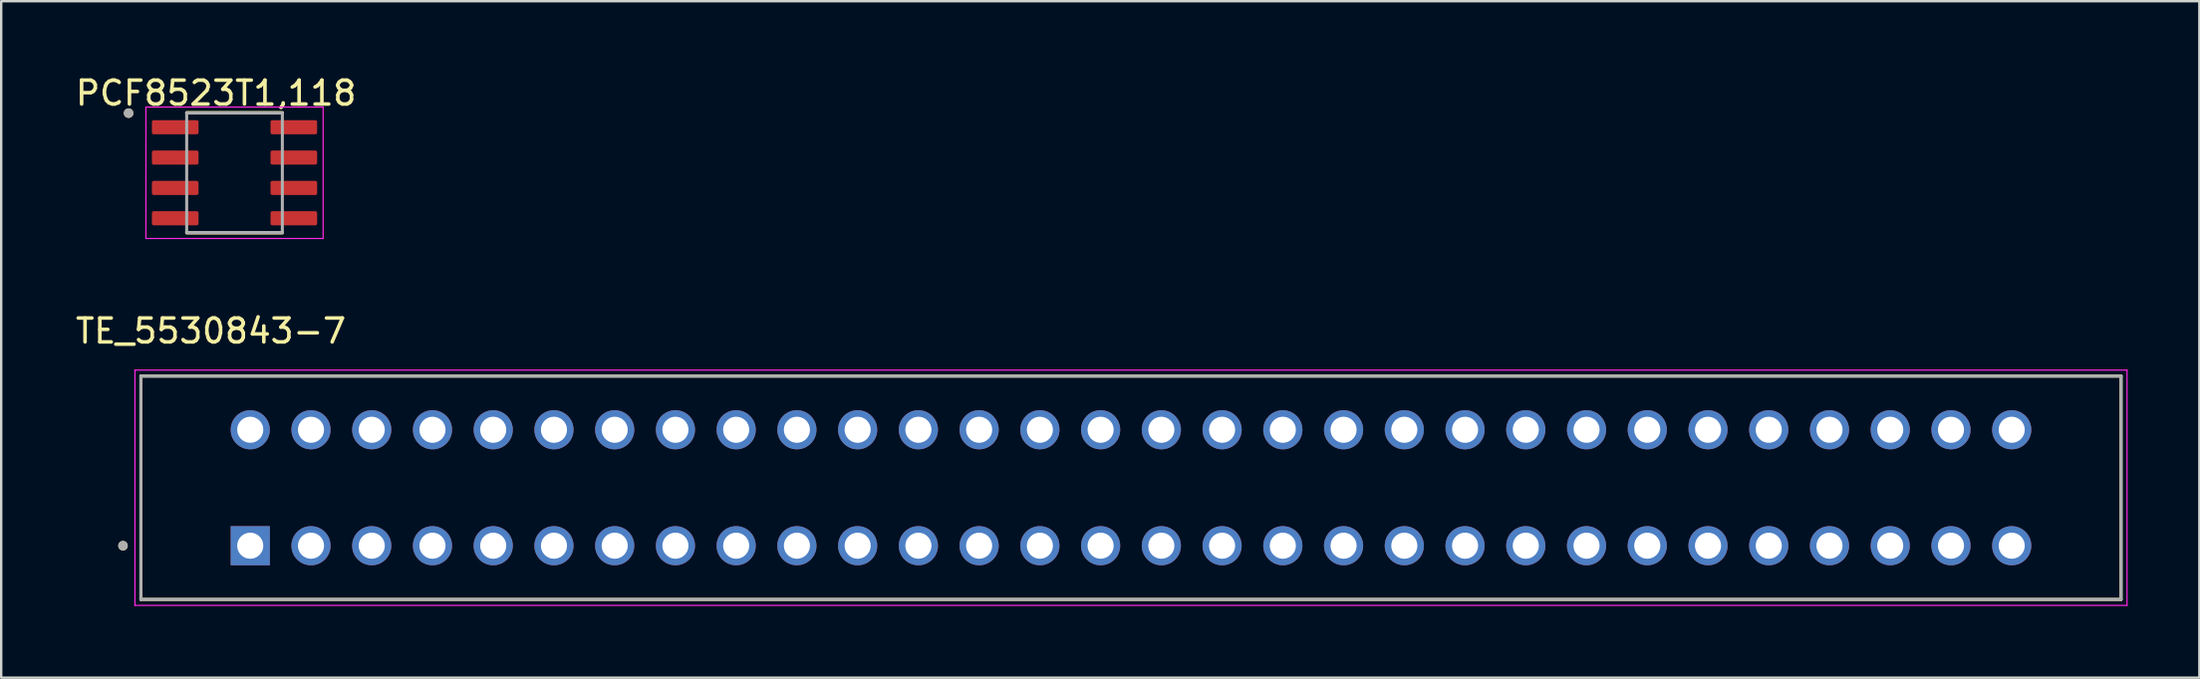
<source format=kicad_pcb>
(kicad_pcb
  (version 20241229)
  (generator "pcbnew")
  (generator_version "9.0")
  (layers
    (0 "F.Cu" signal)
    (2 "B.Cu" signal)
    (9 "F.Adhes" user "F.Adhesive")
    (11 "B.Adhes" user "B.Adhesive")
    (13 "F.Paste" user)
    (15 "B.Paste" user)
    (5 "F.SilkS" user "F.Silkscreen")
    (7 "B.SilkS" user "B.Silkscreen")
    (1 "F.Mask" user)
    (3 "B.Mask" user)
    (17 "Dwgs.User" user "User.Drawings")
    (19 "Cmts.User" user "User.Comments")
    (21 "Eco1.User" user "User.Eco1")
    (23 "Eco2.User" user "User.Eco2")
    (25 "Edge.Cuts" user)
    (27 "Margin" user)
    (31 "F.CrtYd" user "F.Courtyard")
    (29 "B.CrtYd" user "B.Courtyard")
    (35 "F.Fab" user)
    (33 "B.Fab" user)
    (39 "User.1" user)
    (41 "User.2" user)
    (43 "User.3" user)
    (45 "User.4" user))
  (footprint "PCF8523T1,118"
    (layer "F.Cu")
    (at 6.757 4.18)
    (property "Reference" "PCF8523T1,118" (at -0.775 -3.332 0) (layer "F.SilkS") (effects (font (size 1 1) (thickness 0.15))))
    (attr smd)
    (fp_line (start -2 -2.52) (end 2 -2.52) (stroke (width 0.127) (type solid)) (layer "F.SilkS"))
    (fp_line (start -2 2.52) (end 2 2.52) (stroke (width 0.127) (type solid)) (layer "F.SilkS"))
    (fp_circle (center -4.43 -2.495) (end -4.33 -2.495) (stroke (width 0.2) (type solid)) (fill no) (layer "F.SilkS"))
    (fp_line (start -3.705 -2.75) (end -3.705 2.75) (stroke (width 0.05) (type solid)) (layer "F.CrtYd"))
    (fp_line (start -3.705 -2.75) (end 3.705 -2.75) (stroke (width 0.05) (type solid)) (layer "F.CrtYd"))
    (fp_line (start -3.705 2.75) (end 3.705 2.75) (stroke (width 0.05) (type solid)) (layer "F.CrtYd"))
    (fp_line (start 3.705 -2.75) (end 3.705 2.75) (stroke (width 0.05) (type solid)) (layer "F.CrtYd"))
    (fp_line (start -2 -2.5) (end -2 2.5) (stroke (width 0.127) (type solid)) (layer "F.Fab"))
    (fp_line (start -2 -2.5) (end 2 -2.5) (stroke (width 0.127) (type solid)) (layer "F.Fab"))
    (fp_line (start -2 2.5) (end 2 2.5) (stroke (width 0.127) (type solid)) (layer "F.Fab"))
    (fp_line (start 2 -2.5) (end 2 2.5) (stroke (width 0.127) (type solid)) (layer "F.Fab"))
    (fp_circle (center -4.43 -2.495) (end -4.33 -2.495) (stroke (width 0.2) (type solid)) (fill no) (layer "F.Fab"))
    (pad "1" smd roundrect (at -2.48 -1.905) (size 1.95 0.59) (layers "F.Cu" "F.Mask" "F.Paste") (roundrect_rratio 0.125))
    (pad "2" smd roundrect (at -2.48 -0.635) (size 1.95 0.59) (layers "F.Cu" "F.Mask" "F.Paste") (roundrect_rratio 0.125))
    (pad "3" smd roundrect (at -2.48 0.635) (size 1.95 0.59) (layers "F.Cu" "F.Mask" "F.Paste") (roundrect_rratio 0.125))
    (pad "4" smd roundrect (at -2.48 1.905) (size 1.95 0.59) (layers "F.Cu" "F.Mask" "F.Paste") (roundrect_rratio 0.125))
    (pad "5" smd roundrect (at 2.48 1.905) (size 1.95 0.59) (layers "F.Cu" "F.Mask" "F.Paste") (roundrect_rratio 0.125))
    (pad "6" smd roundrect (at 2.48 0.635) (size 1.95 0.59) (layers "F.Cu" "F.Mask" "F.Paste") (roundrect_rratio 0.125))
    (pad "7" smd roundrect (at 2.48 -0.635) (size 1.95 0.59) (layers "F.Cu" "F.Mask" "F.Paste") (roundrect_rratio 0.125))
    (pad "8" smd roundrect (at 2.48 -1.905) (size 1.95 0.59) (layers "F.Cu" "F.Mask" "F.Paste") (roundrect_rratio 0.125)))
  (footprint "TE_5530843-7"
    (layer "F.Cu")
    (at 44.245 17.362)
    (property "Reference" "TE_5530843-7" (at -38.477 -6.559 0) (layer "F.SilkS") (effects (font (size 1 1) (thickness 0.15))))
    (attr through_hole)
    (fp_line (start -41.402 -4.674) (end 41.402 -4.674) (stroke (width 0.127) (type solid)) (layer "F.SilkS"))
    (fp_line (start -41.402 4.674) (end -41.402 -4.674) (stroke (width 0.127) (type solid)) (layer "F.SilkS"))
    (fp_line (start 41.402 -4.674) (end 41.402 4.674) (stroke (width 0.127) (type solid)) (layer "F.SilkS"))
    (fp_line (start 41.402 4.674) (end -41.402 4.674) (stroke (width 0.127) (type solid)) (layer "F.SilkS"))
    (fp_circle (center -42.152 2.426) (end -42.052 2.426) (stroke (width 0.2) (type solid)) (fill no) (layer "F.SilkS"))
    (fp_line (start -41.652 -4.924) (end -41.652 4.924) (stroke (width 0.05) (type solid)) (layer "F.CrtYd"))
    (fp_line (start -41.652 4.924) (end 41.652 4.924) (stroke (width 0.05) (type solid)) (layer "F.CrtYd"))
    (fp_line (start 41.652 -4.924) (end -41.652 -4.924) (stroke (width 0.05) (type solid)) (layer "F.CrtYd"))
    (fp_line (start 41.652 4.924) (end 41.652 -4.924) (stroke (width 0.05) (type solid)) (layer "F.CrtYd"))
    (fp_line (start -41.402 -4.674) (end 41.402 -4.674) (stroke (width 0.127) (type solid)) (layer "F.Fab"))
    (fp_line (start -41.402 4.674) (end -41.402 -4.674) (stroke (width 0.127) (type solid)) (layer "F.Fab"))
    (fp_line (start 41.402 -4.674) (end 41.402 4.674) (stroke (width 0.127) (type solid)) (layer "F.Fab"))
    (fp_line (start 41.402 4.674) (end -41.402 4.674) (stroke (width 0.127) (type solid)) (layer "F.Fab"))
    (fp_circle (center -42.152 2.426) (end -42.052 2.426) (stroke (width 0.2) (type solid)) (fill no) (layer "F.Fab"))
    (pad "1" thru_hole rect (at -36.83 2.426) (size 1.638 1.638) (drill 1.092) (layers "*.Cu" "*.Mask"))
    (pad "2" thru_hole circle (at -36.83 -2.426) (size 1.638 1.638) (drill 1.092) (layers "*.Cu" "*.Mask"))
    (pad "3" thru_hole circle (at -34.29 2.426) (size 1.638 1.638) (drill 1.092) (layers "*.Cu" "*.Mask"))
    (pad "4" thru_hole circle (at -34.29 -2.426) (size 1.638 1.638) (drill 1.092) (layers "*.Cu" "*.Mask"))
    (pad "5" thru_hole circle (at -31.75 2.426) (size 1.638 1.638) (drill 1.092) (layers "*.Cu" "*.Mask"))
    (pad "6" thru_hole circle (at -31.75 -2.426) (size 1.638 1.638) (drill 1.092) (layers "*.Cu" "*.Mask"))
    (pad "7" thru_hole circle (at -29.21 2.426) (size 1.638 1.638) (drill 1.092) (layers "*.Cu" "*.Mask"))
    (pad "8" thru_hole circle (at -29.21 -2.426) (size 1.638 1.638) (drill 1.092) (layers "*.Cu" "*.Mask"))
    (pad "9" thru_hole circle (at -26.67 2.426) (size 1.638 1.638) (drill 1.092) (layers "*.Cu" "*.Mask"))
    (pad "10" thru_hole circle (at -26.67 -2.426) (size 1.638 1.638) (drill 1.092) (layers "*.Cu" "*.Mask"))
    (pad "11" thru_hole circle (at -24.13 2.426) (size 1.638 1.638) (drill 1.092) (layers "*.Cu" "*.Mask"))
    (pad "12" thru_hole circle (at -24.13 -2.426) (size 1.638 1.638) (drill 1.092) (layers "*.Cu" "*.Mask"))
    (pad "13" thru_hole circle (at -21.59 2.426) (size 1.638 1.638) (drill 1.092) (layers "*.Cu" "*.Mask"))
    (pad "14" thru_hole circle (at -21.59 -2.426) (size 1.638 1.638) (drill 1.092) (layers "*.Cu" "*.Mask"))
    (pad "15" thru_hole circle (at -19.05 2.426) (size 1.638 1.638) (drill 1.092) (layers "*.Cu" "*.Mask"))
    (pad "16" thru_hole circle (at -19.05 -2.426) (size 1.638 1.638) (drill 1.092) (layers "*.Cu" "*.Mask"))
    (pad "17" thru_hole circle (at -16.51 2.426) (size 1.638 1.638) (drill 1.092) (layers "*.Cu" "*.Mask"))
    (pad "18" thru_hole circle (at -16.51 -2.426) (size 1.638 1.638) (drill 1.092) (layers "*.Cu" "*.Mask"))
    (pad "19" thru_hole circle (at -13.97 2.426) (size 1.638 1.638) (drill 1.092) (layers "*.Cu" "*.Mask"))
    (pad "20" thru_hole circle (at -13.97 -2.426) (size 1.638 1.638) (drill 1.092) (layers "*.Cu" "*.Mask"))
    (pad "21" thru_hole circle (at -11.43 2.426) (size 1.638 1.638) (drill 1.092) (layers "*.Cu" "*.Mask"))
    (pad "22" thru_hole circle (at -11.43 -2.426) (size 1.638 1.638) (drill 1.092) (layers "*.Cu" "*.Mask"))
    (pad "23" thru_hole circle (at -8.89 2.426) (size 1.638 1.638) (drill 1.092) (layers "*.Cu" "*.Mask"))
    (pad "24" thru_hole circle (at -8.89 -2.426) (size 1.638 1.638) (drill 1.092) (layers "*.Cu" "*.Mask"))
    (pad "25" thru_hole circle (at -6.35 2.426) (size 1.638 1.638) (drill 1.092) (layers "*.Cu" "*.Mask"))
    (pad "26" thru_hole circle (at -6.35 -2.426) (size 1.638 1.638) (drill 1.092) (layers "*.Cu" "*.Mask"))
    (pad "27" thru_hole circle (at -3.81 2.426) (size 1.638 1.638) (drill 1.092) (layers "*.Cu" "*.Mask"))
    (pad "28" thru_hole circle (at -3.81 -2.426) (size 1.638 1.638) (drill 1.092) (layers "*.Cu" "*.Mask"))
    (pad "29" thru_hole circle (at -1.27 2.426) (size 1.638 1.638) (drill 1.092) (layers "*.Cu" "*.Mask"))
    (pad "30" thru_hole circle (at -1.27 -2.426) (size 1.638 1.638) (drill 1.092) (layers "*.Cu" "*.Mask"))
    (pad "31" thru_hole circle (at 1.27 2.426) (size 1.638 1.638) (drill 1.092) (layers "*.Cu" "*.Mask"))
    (pad "32" thru_hole circle (at 1.27 -2.426) (size 1.638 1.638) (drill 1.092) (layers "*.Cu" "*.Mask"))
    (pad "33" thru_hole circle (at 3.81 2.426) (size 1.638 1.638) (drill 1.092) (layers "*.Cu" "*.Mask"))
    (pad "34" thru_hole circle (at 3.81 -2.426) (size 1.638 1.638) (drill 1.092) (layers "*.Cu" "*.Mask"))
    (pad "35" thru_hole circle (at 6.35 2.426) (size 1.638 1.638) (drill 1.092) (layers "*.Cu" "*.Mask"))
    (pad "36" thru_hole circle (at 6.35 -2.426) (size 1.638 1.638) (drill 1.092) (layers "*.Cu" "*.Mask"))
    (pad "37" thru_hole circle (at 8.89 2.426) (size 1.638 1.638) (drill 1.092) (layers "*.Cu" "*.Mask"))
    (pad "38" thru_hole circle (at 8.89 -2.426) (size 1.638 1.638) (drill 1.092) (layers "*.Cu" "*.Mask"))
    (pad "39" thru_hole circle (at 11.43 2.426) (size 1.638 1.638) (drill 1.092) (layers "*.Cu" "*.Mask"))
    (pad "40" thru_hole circle (at 11.43 -2.426) (size 1.638 1.638) (drill 1.092) (layers "*.Cu" "*.Mask"))
    (pad "41" thru_hole circle (at 13.97 2.426) (size 1.638 1.638) (drill 1.092) (layers "*.Cu" "*.Mask"))
    (pad "42" thru_hole circle (at 13.97 -2.426) (size 1.638 1.638) (drill 1.092) (layers "*.Cu" "*.Mask"))
    (pad "43" thru_hole circle (at 16.51 2.426) (size 1.638 1.638) (drill 1.092) (layers "*.Cu" "*.Mask"))
    (pad "44" thru_hole circle (at 16.51 -2.426) (size 1.638 1.638) (drill 1.092) (layers "*.Cu" "*.Mask"))
    (pad "45" thru_hole circle (at 19.05 2.426) (size 1.638 1.638) (drill 1.092) (layers "*.Cu" "*.Mask"))
    (pad "46" thru_hole circle (at 19.05 -2.426) (size 1.638 1.638) (drill 1.092) (layers "*.Cu" "*.Mask"))
    (pad "47" thru_hole circle (at 21.59 2.426) (size 1.638 1.638) (drill 1.092) (layers "*.Cu" "*.Mask"))
    (pad "48" thru_hole circle (at 21.59 -2.426) (size 1.638 1.638) (drill 1.092) (layers "*.Cu" "*.Mask"))
    (pad "49" thru_hole circle (at 24.13 2.426) (size 1.638 1.638) (drill 1.092) (layers "*.Cu" "*.Mask"))
    (pad "50" thru_hole circle (at 24.13 -2.426) (size 1.638 1.638) (drill 1.092) (layers "*.Cu" "*.Mask"))
    (pad "51" thru_hole circle (at 26.67 2.426) (size 1.638 1.638) (drill 1.092) (layers "*.Cu" "*.Mask"))
    (pad "52" thru_hole circle (at 26.67 -2.426) (size 1.638 1.638) (drill 1.092) (layers "*.Cu" "*.Mask"))
    (pad "53" thru_hole circle (at 29.21 2.426) (size 1.638 1.638) (drill 1.092) (layers "*.Cu" "*.Mask"))
    (pad "54" thru_hole circle (at 29.21 -2.426) (size 1.638 1.638) (drill 1.092) (layers "*.Cu" "*.Mask"))
    (pad "55" thru_hole circle (at 31.75 2.426) (size 1.638 1.638) (drill 1.092) (layers "*.Cu" "*.Mask"))
    (pad "56" thru_hole circle (at 31.75 -2.426) (size 1.638 1.638) (drill 1.092) (layers "*.Cu" "*.Mask"))
    (pad "57" thru_hole circle (at 34.29 2.426) (size 1.638 1.638) (drill 1.092) (layers "*.Cu" "*.Mask"))
    (pad "58" thru_hole circle (at 34.29 -2.426) (size 1.638 1.638) (drill 1.092) (layers "*.Cu" "*.Mask"))
    (pad "59" thru_hole circle (at 36.83 2.426) (size 1.638 1.638) (drill 1.092) (layers "*.Cu" "*.Mask"))
    (pad "60" thru_hole circle (at 36.83 -2.426) (size 1.638 1.638) (drill 1.092) (layers "*.Cu" "*.Mask")))
  (gr_rect
    (start -3 -3)
    (end 88.922 25.311)
    (stroke (width 0.1) (type default))
    (fill no)
    (layer "Edge.Cuts")))
</source>
